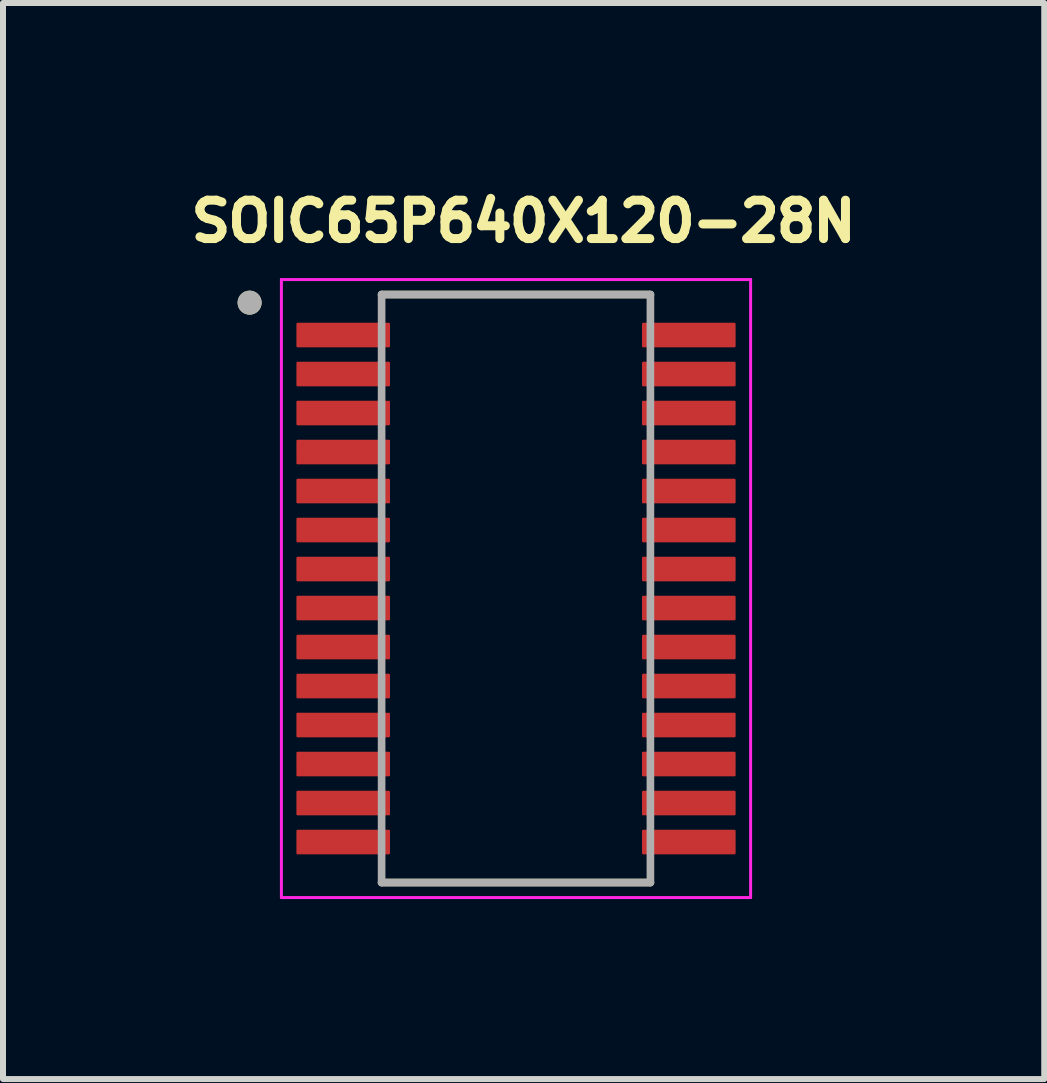
<source format=kicad_pcb>
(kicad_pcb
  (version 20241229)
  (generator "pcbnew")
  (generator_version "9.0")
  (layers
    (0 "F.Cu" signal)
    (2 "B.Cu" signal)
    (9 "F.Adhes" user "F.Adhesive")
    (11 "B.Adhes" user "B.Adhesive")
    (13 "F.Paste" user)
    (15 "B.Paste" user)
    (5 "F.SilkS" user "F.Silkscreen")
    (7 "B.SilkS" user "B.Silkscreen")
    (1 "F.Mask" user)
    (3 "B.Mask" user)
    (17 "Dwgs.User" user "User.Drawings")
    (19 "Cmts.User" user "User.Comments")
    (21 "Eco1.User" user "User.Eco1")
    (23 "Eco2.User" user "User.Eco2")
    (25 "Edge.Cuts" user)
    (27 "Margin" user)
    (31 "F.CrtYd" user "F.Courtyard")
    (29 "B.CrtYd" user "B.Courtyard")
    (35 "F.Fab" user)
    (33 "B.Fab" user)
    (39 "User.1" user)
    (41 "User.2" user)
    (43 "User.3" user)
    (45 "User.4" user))
  (footprint "SOIC65P640X120-28N"
    (layer "F.Cu")
    (at 5.55 6.759)
    (property "Reference" "SOIC65P640X120-28N" (at 0.127 -6.121 0) (layer "F.SilkS") (effects (font (size 0.64 0.64) (thickness 0.15))))
    (attr through_hole)
    (fp_line (start -2.24 -4.9) (end 2.24 -4.9) (stroke (width 0.127) (type solid)) (layer "F.SilkS"))
    (fp_line (start -2.24 4.9) (end 2.24 4.9) (stroke (width 0.127) (type solid)) (layer "F.SilkS"))
    (fp_circle (center -4.44 -4.765) (end -4.34 -4.765) (stroke (width 0.2) (type solid)) (fill no) (layer "F.SilkS"))
    (fp_line (start -3.91 -5.15) (end -3.91 5.15) (stroke (width 0.05) (type solid)) (layer "F.CrtYd"))
    (fp_line (start -3.91 -5.15) (end 3.91 -5.15) (stroke (width 0.05) (type solid)) (layer "F.CrtYd"))
    (fp_line (start -3.91 5.15) (end 3.91 5.15) (stroke (width 0.05) (type solid)) (layer "F.CrtYd"))
    (fp_line (start 3.91 -5.15) (end 3.91 5.15) (stroke (width 0.05) (type solid)) (layer "F.CrtYd"))
    (fp_line (start -2.24 -4.9) (end -2.24 4.9) (stroke (width 0.127) (type solid)) (layer "F.Fab"))
    (fp_line (start -2.24 -4.9) (end 2.24 -4.9) (stroke (width 0.127) (type solid)) (layer "F.Fab"))
    (fp_line (start -2.24 4.9) (end 2.24 4.9) (stroke (width 0.127) (type solid)) (layer "F.Fab"))
    (fp_line (start 2.24 -4.9) (end 2.24 4.9) (stroke (width 0.127) (type solid)) (layer "F.Fab"))
    (fp_circle (center -4.44 -4.765) (end -4.34 -4.765) (stroke (width 0.2) (type solid)) (fill no) (layer "F.Fab"))
    (pad "1" smd roundrect (at -2.88 -4.225) (size 1.56 0.41) (layers "F.Cu" "F.Mask" "F.Paste") (roundrect_rratio 0.05))
    (pad "2" smd roundrect (at -2.88 -3.575) (size 1.56 0.41) (layers "F.Cu" "F.Mask" "F.Paste") (roundrect_rratio 0.05))
    (pad "3" smd roundrect (at -2.88 -2.925) (size 1.56 0.41) (layers "F.Cu" "F.Mask" "F.Paste") (roundrect_rratio 0.05))
    (pad "4" smd roundrect (at -2.88 -2.275) (size 1.56 0.41) (layers "F.Cu" "F.Mask" "F.Paste") (roundrect_rratio 0.05))
    (pad "5" smd roundrect (at -2.88 -1.625) (size 1.56 0.41) (layers "F.Cu" "F.Mask" "F.Paste") (roundrect_rratio 0.05))
    (pad "6" smd roundrect (at -2.88 -0.975) (size 1.56 0.41) (layers "F.Cu" "F.Mask" "F.Paste") (roundrect_rratio 0.05))
    (pad "7" smd roundrect (at -2.88 -0.325) (size 1.56 0.41) (layers "F.Cu" "F.Mask" "F.Paste") (roundrect_rratio 0.05))
    (pad "8" smd roundrect (at -2.88 0.325) (size 1.56 0.41) (layers "F.Cu" "F.Mask" "F.Paste") (roundrect_rratio 0.05))
    (pad "9" smd roundrect (at -2.88 0.975) (size 1.56 0.41) (layers "F.Cu" "F.Mask" "F.Paste") (roundrect_rratio 0.05))
    (pad "10" smd roundrect (at -2.88 1.625) (size 1.56 0.41) (layers "F.Cu" "F.Mask" "F.Paste") (roundrect_rratio 0.05))
    (pad "11" smd roundrect (at -2.88 2.275) (size 1.56 0.41) (layers "F.Cu" "F.Mask" "F.Paste") (roundrect_rratio 0.05))
    (pad "12" smd roundrect (at -2.88 2.925) (size 1.56 0.41) (layers "F.Cu" "F.Mask" "F.Paste") (roundrect_rratio 0.05))
    (pad "13" smd roundrect (at -2.88 3.575) (size 1.56 0.41) (layers "F.Cu" "F.Mask" "F.Paste") (roundrect_rratio 0.05))
    (pad "14" smd roundrect (at -2.88 4.225) (size 1.56 0.41) (layers "F.Cu" "F.Mask" "F.Paste") (roundrect_rratio 0.05))
    (pad "15" smd roundrect (at 2.88 4.225) (size 1.56 0.41) (layers "F.Cu" "F.Mask" "F.Paste") (roundrect_rratio 0.05))
    (pad "16" smd roundrect (at 2.88 3.575) (size 1.56 0.41) (layers "F.Cu" "F.Mask" "F.Paste") (roundrect_rratio 0.05))
    (pad "17" smd roundrect (at 2.88 2.925) (size 1.56 0.41) (layers "F.Cu" "F.Mask" "F.Paste") (roundrect_rratio 0.05))
    (pad "18" smd roundrect (at 2.88 2.275) (size 1.56 0.41) (layers "F.Cu" "F.Mask" "F.Paste") (roundrect_rratio 0.05))
    (pad "19" smd roundrect (at 2.88 1.625) (size 1.56 0.41) (layers "F.Cu" "F.Mask" "F.Paste") (roundrect_rratio 0.05))
    (pad "20" smd roundrect (at 2.88 0.975) (size 1.56 0.41) (layers "F.Cu" "F.Mask" "F.Paste") (roundrect_rratio 0.05))
    (pad "21" smd roundrect (at 2.88 0.325) (size 1.56 0.41) (layers "F.Cu" "F.Mask" "F.Paste") (roundrect_rratio 0.05))
    (pad "22" smd roundrect (at 2.88 -0.325) (size 1.56 0.41) (layers "F.Cu" "F.Mask" "F.Paste") (roundrect_rratio 0.05))
    (pad "23" smd roundrect (at 2.88 -0.975) (size 1.56 0.41) (layers "F.Cu" "F.Mask" "F.Paste") (roundrect_rratio 0.05))
    (pad "24" smd roundrect (at 2.88 -1.625) (size 1.56 0.41) (layers "F.Cu" "F.Mask" "F.Paste") (roundrect_rratio 0.05))
    (pad "25" smd roundrect (at 2.88 -2.275) (size 1.56 0.41) (layers "F.Cu" "F.Mask" "F.Paste") (roundrect_rratio 0.05))
    (pad "26" smd roundrect (at 2.88 -2.925) (size 1.56 0.41) (layers "F.Cu" "F.Mask" "F.Paste") (roundrect_rratio 0.05))
    (pad "27" smd roundrect (at 2.88 -3.575) (size 1.56 0.41) (layers "F.Cu" "F.Mask" "F.Paste") (roundrect_rratio 0.05))
    (pad "28" smd roundrect (at 2.88 -4.225) (size 1.56 0.41) (layers "F.Cu" "F.Mask" "F.Paste") (roundrect_rratio 0.05)))
  (gr_rect
    (start -3 -3)
    (end 14.354 14.934)
    (stroke (width 0.1) (type default))
    (fill no)
    (layer "Edge.Cuts")))
</source>
